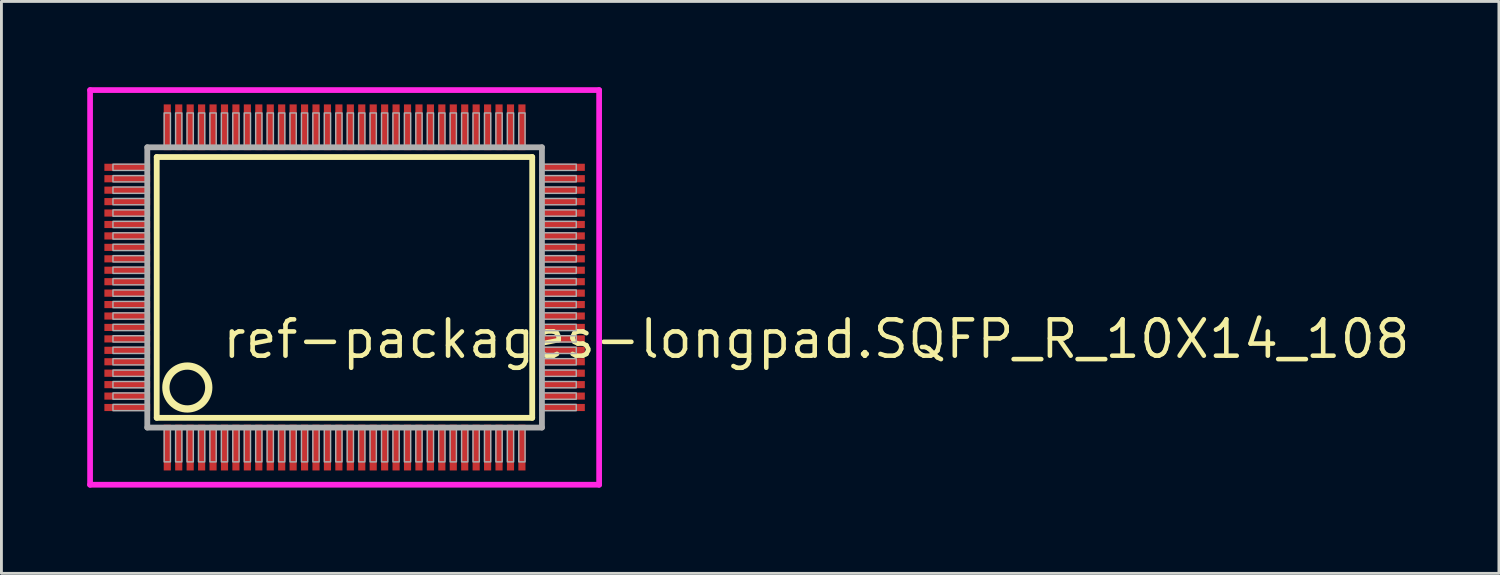
<source format=kicad_pcb>
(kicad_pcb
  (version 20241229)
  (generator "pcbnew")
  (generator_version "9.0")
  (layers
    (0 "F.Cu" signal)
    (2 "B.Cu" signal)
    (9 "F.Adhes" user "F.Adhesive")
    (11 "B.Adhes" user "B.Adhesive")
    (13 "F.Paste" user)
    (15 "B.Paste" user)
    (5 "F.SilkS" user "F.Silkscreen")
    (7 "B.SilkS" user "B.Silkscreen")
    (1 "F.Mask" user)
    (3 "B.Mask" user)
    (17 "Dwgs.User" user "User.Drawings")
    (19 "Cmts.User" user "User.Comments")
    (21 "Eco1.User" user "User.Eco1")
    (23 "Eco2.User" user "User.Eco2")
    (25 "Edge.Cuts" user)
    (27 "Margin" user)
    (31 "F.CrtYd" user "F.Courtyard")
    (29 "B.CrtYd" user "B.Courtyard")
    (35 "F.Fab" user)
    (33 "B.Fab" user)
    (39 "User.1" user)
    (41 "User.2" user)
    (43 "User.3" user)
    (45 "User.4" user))
  (footprint "ref-packages-longpad.SQFP_R_10X14_108"
    (layer "F.Cu")
    (at 9 7)
    (property "Reference" "ref-packages-longpad.SQFP_R_10X14_108" (at -4.35 2.55 0) (layer "F.SilkS") (effects (font (size 1.27 1.27) (thickness 0.16)) (justify left bottom)))
    (attr smd)
    (fp_line (start -6.57 -4.56) (end 6.56 -4.56) (stroke (width 0.203) (type default)) (layer "F.SilkS"))
    (fp_line (start -6.57 4.56) (end -6.57 -4.56) (stroke (width 0.203) (type default)) (layer "F.SilkS"))
    (fp_line (start 6.56 -4.56) (end 6.56 4.56) (stroke (width 0.203) (type default)) (layer "F.SilkS"))
    (fp_line (start 6.56 4.56) (end -6.57 4.56) (stroke (width 0.203) (type default)) (layer "F.SilkS"))
    (fp_circle (center -5.5 3.5) (end -4.75 3.5) (stroke (width 0.254) (type default)) (fill no) (layer "F.SilkS"))
    (fp_line (start -8.9 -6.9) (end 8.9 -6.9) (stroke (width 0.2) (type default)) (layer "F.CrtYd"))
    (fp_line (start -8.9 6.9) (end -8.9 -6.9) (stroke (width 0.2) (type default)) (layer "F.CrtYd"))
    (fp_line (start 8.9 -6.9) (end 8.9 6.9) (stroke (width 0.2) (type default)) (layer "F.CrtYd"))
    (fp_line (start 8.9 6.9) (end -8.9 6.9) (stroke (width 0.2) (type default)) (layer "F.CrtYd"))
    (fp_line (start -6.9 -4.9) (end -6.9 4.9) (stroke (width 0.203) (type default)) (layer "F.Fab"))
    (fp_line (start -6.9 4.9) (end 6.9 4.9) (stroke (width 0.203) (type default)) (layer "F.Fab"))
    (fp_line (start 6.9 -4.9) (end -6.9 -4.9) (stroke (width 0.203) (type default)) (layer "F.Fab"))
    (fp_line (start 6.9 4.9) (end 6.9 -4.9) (stroke (width 0.203) (type default)) (layer "F.Fab"))
    (fp_rect (start -8.1 -4.09) (end -6.95 -4.31) (stroke (width 0.05) (type default)) (fill no) (layer "F.Fab"))
    (fp_rect (start -8.1 -3.69) (end -6.95 -3.91) (stroke (width 0.05) (type default)) (fill no) (layer "F.Fab"))
    (fp_rect (start -8.1 -3.29) (end -6.95 -3.51) (stroke (width 0.05) (type default)) (fill no) (layer "F.Fab"))
    (fp_rect (start -8.1 -2.89) (end -6.95 -3.11) (stroke (width 0.05) (type default)) (fill no) (layer "F.Fab"))
    (fp_rect (start -8.1 -2.49) (end -6.95 -2.71) (stroke (width 0.05) (type default)) (fill no) (layer "F.Fab"))
    (fp_rect (start -8.1 -2.09) (end -6.95 -2.31) (stroke (width 0.05) (type default)) (fill no) (layer "F.Fab"))
    (fp_rect (start -8.1 -1.69) (end -6.95 -1.91) (stroke (width 0.05) (type default)) (fill no) (layer "F.Fab"))
    (fp_rect (start -8.1 -1.29) (end -6.95 -1.51) (stroke (width 0.05) (type default)) (fill no) (layer "F.Fab"))
    (fp_rect (start -8.1 -0.89) (end -6.95 -1.11) (stroke (width 0.05) (type default)) (fill no) (layer "F.Fab"))
    (fp_rect (start -8.1 -0.49) (end -6.95 -0.71) (stroke (width 0.05) (type default)) (fill no) (layer "F.Fab"))
    (fp_rect (start -8.1 -0.09) (end -6.95 -0.31) (stroke (width 0.05) (type default)) (fill no) (layer "F.Fab"))
    (fp_rect (start -8.1 0.31) (end -6.95 0.09) (stroke (width 0.05) (type default)) (fill no) (layer "F.Fab"))
    (fp_rect (start -8.1 0.71) (end -6.95 0.49) (stroke (width 0.05) (type default)) (fill no) (layer "F.Fab"))
    (fp_rect (start -8.1 1.11) (end -6.95 0.89) (stroke (width 0.05) (type default)) (fill no) (layer "F.Fab"))
    (fp_rect (start -8.1 1.51) (end -6.95 1.29) (stroke (width 0.05) (type default)) (fill no) (layer "F.Fab"))
    (fp_rect (start -8.1 1.91) (end -6.95 1.69) (stroke (width 0.05) (type default)) (fill no) (layer "F.Fab"))
    (fp_rect (start -8.1 2.31) (end -6.95 2.09) (stroke (width 0.05) (type default)) (fill no) (layer "F.Fab"))
    (fp_rect (start -8.1 2.71) (end -6.95 2.49) (stroke (width 0.05) (type default)) (fill no) (layer "F.Fab"))
    (fp_rect (start -8.1 3.11) (end -6.95 2.89) (stroke (width 0.05) (type default)) (fill no) (layer "F.Fab"))
    (fp_rect (start -8.1 3.51) (end -6.95 3.29) (stroke (width 0.05) (type default)) (fill no) (layer "F.Fab"))
    (fp_rect (start -8.1 3.91) (end -6.95 3.69) (stroke (width 0.05) (type default)) (fill no) (layer "F.Fab"))
    (fp_rect (start -8.1 4.31) (end -6.95 4.09) (stroke (width 0.05) (type default)) (fill no) (layer "F.Fab"))
    (fp_rect (start -6.31 -4.95) (end -6.09 -6.1) (stroke (width 0.05) (type default)) (fill no) (layer "F.Fab"))
    (fp_rect (start -6.31 6.1) (end -6.09 4.95) (stroke (width 0.05) (type default)) (fill no) (layer "F.Fab"))
    (fp_rect (start -5.91 -4.95) (end -5.69 -6.1) (stroke (width 0.05) (type default)) (fill no) (layer "F.Fab"))
    (fp_rect (start -5.91 6.1) (end -5.69 4.95) (stroke (width 0.05) (type default)) (fill no) (layer "F.Fab"))
    (fp_rect (start -5.51 -4.95) (end -5.29 -6.1) (stroke (width 0.05) (type default)) (fill no) (layer "F.Fab"))
    (fp_rect (start -5.51 6.1) (end -5.29 4.95) (stroke (width 0.05) (type default)) (fill no) (layer "F.Fab"))
    (fp_rect (start -5.11 -4.95) (end -4.89 -6.1) (stroke (width 0.05) (type default)) (fill no) (layer "F.Fab"))
    (fp_rect (start -5.11 6.1) (end -4.89 4.95) (stroke (width 0.05) (type default)) (fill no) (layer "F.Fab"))
    (fp_rect (start -4.71 -4.95) (end -4.49 -6.1) (stroke (width 0.05) (type default)) (fill no) (layer "F.Fab"))
    (fp_rect (start -4.71 6.1) (end -4.49 4.95) (stroke (width 0.05) (type default)) (fill no) (layer "F.Fab"))
    (fp_rect (start -4.31 -4.95) (end -4.09 -6.1) (stroke (width 0.05) (type default)) (fill no) (layer "F.Fab"))
    (fp_rect (start -4.31 6.1) (end -4.09 4.95) (stroke (width 0.05) (type default)) (fill no) (layer "F.Fab"))
    (fp_rect (start -3.91 -4.95) (end -3.69 -6.1) (stroke (width 0.05) (type default)) (fill no) (layer "F.Fab"))
    (fp_rect (start -3.91 6.1) (end -3.69 4.95) (stroke (width 0.05) (type default)) (fill no) (layer "F.Fab"))
    (fp_rect (start -3.51 -4.95) (end -3.29 -6.1) (stroke (width 0.05) (type default)) (fill no) (layer "F.Fab"))
    (fp_rect (start -3.51 6.1) (end -3.29 4.95) (stroke (width 0.05) (type default)) (fill no) (layer "F.Fab"))
    (fp_rect (start -3.11 -4.95) (end -2.89 -6.1) (stroke (width 0.05) (type default)) (fill no) (layer "F.Fab"))
    (fp_rect (start -3.11 6.1) (end -2.89 4.95) (stroke (width 0.05) (type default)) (fill no) (layer "F.Fab"))
    (fp_rect (start -2.71 -4.95) (end -2.49 -6.1) (stroke (width 0.05) (type default)) (fill no) (layer "F.Fab"))
    (fp_rect (start -2.71 6.1) (end -2.49 4.95) (stroke (width 0.05) (type default)) (fill no) (layer "F.Fab"))
    (fp_rect (start -2.31 -4.95) (end -2.09 -6.1) (stroke (width 0.05) (type default)) (fill no) (layer "F.Fab"))
    (fp_rect (start -2.31 6.1) (end -2.09 4.95) (stroke (width 0.05) (type default)) (fill no) (layer "F.Fab"))
    (fp_rect (start -1.91 -4.95) (end -1.69 -6.1) (stroke (width 0.05) (type default)) (fill no) (layer "F.Fab"))
    (fp_rect (start -1.91 6.1) (end -1.69 4.95) (stroke (width 0.05) (type default)) (fill no) (layer "F.Fab"))
    (fp_rect (start -1.51 -4.95) (end -1.29 -6.1) (stroke (width 0.05) (type default)) (fill no) (layer "F.Fab"))
    (fp_rect (start -1.51 6.1) (end -1.29 4.95) (stroke (width 0.05) (type default)) (fill no) (layer "F.Fab"))
    (fp_rect (start -1.11 -4.95) (end -0.89 -6.1) (stroke (width 0.05) (type default)) (fill no) (layer "F.Fab"))
    (fp_rect (start -1.11 6.1) (end -0.89 4.95) (stroke (width 0.05) (type default)) (fill no) (layer "F.Fab"))
    (fp_rect (start -0.71 -4.95) (end -0.49 -6.1) (stroke (width 0.05) (type default)) (fill no) (layer "F.Fab"))
    (fp_rect (start -0.71 6.1) (end -0.49 4.95) (stroke (width 0.05) (type default)) (fill no) (layer "F.Fab"))
    (fp_rect (start -0.31 -4.95) (end -0.09 -6.1) (stroke (width 0.05) (type default)) (fill no) (layer "F.Fab"))
    (fp_rect (start -0.31 6.1) (end -0.09 4.95) (stroke (width 0.05) (type default)) (fill no) (layer "F.Fab"))
    (fp_rect (start 0.09 -4.95) (end 0.31 -6.1) (stroke (width 0.05) (type default)) (fill no) (layer "F.Fab"))
    (fp_rect (start 0.09 6.1) (end 0.31 4.95) (stroke (width 0.05) (type default)) (fill no) (layer "F.Fab"))
    (fp_rect (start 0.49 -4.95) (end 0.71 -6.1) (stroke (width 0.05) (type default)) (fill no) (layer "F.Fab"))
    (fp_rect (start 0.49 6.1) (end 0.71 4.95) (stroke (width 0.05) (type default)) (fill no) (layer "F.Fab"))
    (fp_rect (start 0.89 -4.95) (end 1.11 -6.1) (stroke (width 0.05) (type default)) (fill no) (layer "F.Fab"))
    (fp_rect (start 0.89 6.1) (end 1.11 4.95) (stroke (width 0.05) (type default)) (fill no) (layer "F.Fab"))
    (fp_rect (start 1.29 -4.95) (end 1.51 -6.1) (stroke (width 0.05) (type default)) (fill no) (layer "F.Fab"))
    (fp_rect (start 1.29 6.1) (end 1.51 4.95) (stroke (width 0.05) (type default)) (fill no) (layer "F.Fab"))
    (fp_rect (start 1.69 -4.95) (end 1.91 -6.1) (stroke (width 0.05) (type default)) (fill no) (layer "F.Fab"))
    (fp_rect (start 1.69 6.1) (end 1.91 4.95) (stroke (width 0.05) (type default)) (fill no) (layer "F.Fab"))
    (fp_rect (start 2.09 -4.95) (end 2.31 -6.1) (stroke (width 0.05) (type default)) (fill no) (layer "F.Fab"))
    (fp_rect (start 2.09 6.1) (end 2.31 4.95) (stroke (width 0.05) (type default)) (fill no) (layer "F.Fab"))
    (fp_rect (start 2.49 -4.95) (end 2.71 -6.1) (stroke (width 0.05) (type default)) (fill no) (layer "F.Fab"))
    (fp_rect (start 2.49 6.1) (end 2.71 4.95) (stroke (width 0.05) (type default)) (fill no) (layer "F.Fab"))
    (fp_rect (start 2.89 -4.95) (end 3.11 -6.1) (stroke (width 0.05) (type default)) (fill no) (layer "F.Fab"))
    (fp_rect (start 2.89 6.1) (end 3.11 4.95) (stroke (width 0.05) (type default)) (fill no) (layer "F.Fab"))
    (fp_rect (start 3.29 -4.95) (end 3.51 -6.1) (stroke (width 0.05) (type default)) (fill no) (layer "F.Fab"))
    (fp_rect (start 3.29 6.1) (end 3.51 4.95) (stroke (width 0.05) (type default)) (fill no) (layer "F.Fab"))
    (fp_rect (start 3.69 -4.95) (end 3.91 -6.1) (stroke (width 0.05) (type default)) (fill no) (layer "F.Fab"))
    (fp_rect (start 3.69 6.1) (end 3.91 4.95) (stroke (width 0.05) (type default)) (fill no) (layer "F.Fab"))
    (fp_rect (start 4.09 -4.95) (end 4.31 -6.1) (stroke (width 0.05) (type default)) (fill no) (layer "F.Fab"))
    (fp_rect (start 4.09 6.1) (end 4.31 4.95) (stroke (width 0.05) (type default)) (fill no) (layer "F.Fab"))
    (fp_rect (start 4.49 -4.95) (end 4.71 -6.1) (stroke (width 0.05) (type default)) (fill no) (layer "F.Fab"))
    (fp_rect (start 4.49 6.1) (end 4.71 4.95) (stroke (width 0.05) (type default)) (fill no) (layer "F.Fab"))
    (fp_rect (start 4.89 -4.95) (end 5.11 -6.1) (stroke (width 0.05) (type default)) (fill no) (layer "F.Fab"))
    (fp_rect (start 4.89 6.1) (end 5.11 4.95) (stroke (width 0.05) (type default)) (fill no) (layer "F.Fab"))
    (fp_rect (start 5.29 -4.95) (end 5.51 -6.1) (stroke (width 0.05) (type default)) (fill no) (layer "F.Fab"))
    (fp_rect (start 5.29 6.1) (end 5.51 4.95) (stroke (width 0.05) (type default)) (fill no) (layer "F.Fab"))
    (fp_rect (start 5.69 -4.95) (end 5.91 -6.1) (stroke (width 0.05) (type default)) (fill no) (layer "F.Fab"))
    (fp_rect (start 5.69 6.1) (end 5.91 4.95) (stroke (width 0.05) (type default)) (fill no) (layer "F.Fab"))
    (fp_rect (start 6.09 -4.95) (end 6.31 -6.1) (stroke (width 0.05) (type default)) (fill no) (layer "F.Fab"))
    (fp_rect (start 6.09 6.1) (end 6.31 4.95) (stroke (width 0.05) (type default)) (fill no) (layer "F.Fab"))
    (fp_rect (start 6.95 -4.09) (end 8.1 -4.31) (stroke (width 0.05) (type default)) (fill no) (layer "F.Fab"))
    (fp_rect (start 6.95 -3.69) (end 8.1 -3.91) (stroke (width 0.05) (type default)) (fill no) (layer "F.Fab"))
    (fp_rect (start 6.95 -3.29) (end 8.1 -3.51) (stroke (width 0.05) (type default)) (fill no) (layer "F.Fab"))
    (fp_rect (start 6.95 -2.89) (end 8.1 -3.11) (stroke (width 0.05) (type default)) (fill no) (layer "F.Fab"))
    (fp_rect (start 6.95 -2.49) (end 8.1 -2.71) (stroke (width 0.05) (type default)) (fill no) (layer "F.Fab"))
    (fp_rect (start 6.95 -2.09) (end 8.1 -2.31) (stroke (width 0.05) (type default)) (fill no) (layer "F.Fab"))
    (fp_rect (start 6.95 -1.69) (end 8.1 -1.91) (stroke (width 0.05) (type default)) (fill no) (layer "F.Fab"))
    (fp_rect (start 6.95 -1.29) (end 8.1 -1.51) (stroke (width 0.05) (type default)) (fill no) (layer "F.Fab"))
    (fp_rect (start 6.95 -0.89) (end 8.1 -1.11) (stroke (width 0.05) (type default)) (fill no) (layer "F.Fab"))
    (fp_rect (start 6.95 -0.49) (end 8.1 -0.71) (stroke (width 0.05) (type default)) (fill no) (layer "F.Fab"))
    (fp_rect (start 6.95 -0.09) (end 8.1 -0.31) (stroke (width 0.05) (type default)) (fill no) (layer "F.Fab"))
    (fp_rect (start 6.95 0.31) (end 8.1 0.09) (stroke (width 0.05) (type default)) (fill no) (layer "F.Fab"))
    (fp_rect (start 6.95 0.71) (end 8.1 0.49) (stroke (width 0.05) (type default)) (fill no) (layer "F.Fab"))
    (fp_rect (start 6.95 1.11) (end 8.1 0.89) (stroke (width 0.05) (type default)) (fill no) (layer "F.Fab"))
    (fp_rect (start 6.95 1.51) (end 8.1 1.29) (stroke (width 0.05) (type default)) (fill no) (layer "F.Fab"))
    (fp_rect (start 6.95 1.91) (end 8.1 1.69) (stroke (width 0.05) (type default)) (fill no) (layer "F.Fab"))
    (fp_rect (start 6.95 2.31) (end 8.1 2.09) (stroke (width 0.05) (type default)) (fill no) (layer "F.Fab"))
    (fp_rect (start 6.95 2.71) (end 8.1 2.49) (stroke (width 0.05) (type default)) (fill no) (layer "F.Fab"))
    (fp_rect (start 6.95 3.11) (end 8.1 2.89) (stroke (width 0.05) (type default)) (fill no) (layer "F.Fab"))
    (fp_rect (start 6.95 3.51) (end 8.1 3.29) (stroke (width 0.05) (type default)) (fill no) (layer "F.Fab"))
    (fp_rect (start 6.95 3.91) (end 8.1 3.69) (stroke (width 0.05) (type default)) (fill no) (layer "F.Fab"))
    (fp_rect (start 6.95 4.31) (end 8.1 4.09) (stroke (width 0.05) (type default)) (fill no) (layer "F.Fab"))
    (pad "1" smd roundrect (at -6.2 5.6) (size 0.25 1.6) (layers "F.Cu" "F.Mask" "F.Paste") (roundrect_rratio 0.01))
    (pad "2" smd roundrect (at -5.8 5.6) (size 0.25 1.6) (layers "F.Cu" "F.Mask" "F.Paste") (roundrect_rratio 0.01))
    (pad "3" smd roundrect (at -5.4 5.6) (size 0.25 1.6) (layers "F.Cu" "F.Mask" "F.Paste") (roundrect_rratio 0.01))
    (pad "4" smd roundrect (at -5 5.6) (size 0.25 1.6) (layers "F.Cu" "F.Mask" "F.Paste") (roundrect_rratio 0.01))
    (pad "5" smd roundrect (at -4.6 5.6) (size 0.25 1.6) (layers "F.Cu" "F.Mask" "F.Paste") (roundrect_rratio 0.01))
    (pad "6" smd roundrect (at -4.2 5.6) (size 0.25 1.6) (layers "F.Cu" "F.Mask" "F.Paste") (roundrect_rratio 0.01))
    (pad "7" smd roundrect (at -3.8 5.6) (size 0.25 1.6) (layers "F.Cu" "F.Mask" "F.Paste") (roundrect_rratio 0.01))
    (pad "8" smd roundrect (at -3.4 5.6) (size 0.25 1.6) (layers "F.Cu" "F.Mask" "F.Paste") (roundrect_rratio 0.01))
    (pad "9" smd roundrect (at -3 5.6) (size 0.25 1.6) (layers "F.Cu" "F.Mask" "F.Paste") (roundrect_rratio 0.01))
    (pad "10" smd roundrect (at -2.6 5.6) (size 0.25 1.6) (layers "F.Cu" "F.Mask" "F.Paste") (roundrect_rratio 0.01))
    (pad "11" smd roundrect (at -2.2 5.6) (size 0.25 1.6) (layers "F.Cu" "F.Mask" "F.Paste") (roundrect_rratio 0.01))
    (pad "12" smd roundrect (at -1.8 5.6) (size 0.25 1.6) (layers "F.Cu" "F.Mask" "F.Paste") (roundrect_rratio 0.01))
    (pad "13" smd roundrect (at -1.4 5.6) (size 0.25 1.6) (layers "F.Cu" "F.Mask" "F.Paste") (roundrect_rratio 0.01))
    (pad "14" smd roundrect (at -1 5.6) (size 0.25 1.6) (layers "F.Cu" "F.Mask" "F.Paste") (roundrect_rratio 0.01))
    (pad "15" smd roundrect (at -0.6 5.6) (size 0.25 1.6) (layers "F.Cu" "F.Mask" "F.Paste") (roundrect_rratio 0.01))
    (pad "16" smd roundrect (at -0.2 5.6) (size 0.25 1.6) (layers "F.Cu" "F.Mask" "F.Paste") (roundrect_rratio 0.01))
    (pad "17" smd roundrect (at 0.2 5.6) (size 0.25 1.6) (layers "F.Cu" "F.Mask" "F.Paste") (roundrect_rratio 0.01))
    (pad "18" smd roundrect (at 0.6 5.6) (size 0.25 1.6) (layers "F.Cu" "F.Mask" "F.Paste") (roundrect_rratio 0.01))
    (pad "19" smd roundrect (at 1 5.6) (size 0.25 1.6) (layers "F.Cu" "F.Mask" "F.Paste") (roundrect_rratio 0.01))
    (pad "20" smd roundrect (at 1.4 5.6) (size 0.25 1.6) (layers "F.Cu" "F.Mask" "F.Paste") (roundrect_rratio 0.01))
    (pad "21" smd roundrect (at 1.8 5.6) (size 0.25 1.6) (layers "F.Cu" "F.Mask" "F.Paste") (roundrect_rratio 0.01))
    (pad "22" smd roundrect (at 2.2 5.6) (size 0.25 1.6) (layers "F.Cu" "F.Mask" "F.Paste") (roundrect_rratio 0.01))
    (pad "23" smd roundrect (at 2.6 5.6) (size 0.25 1.6) (layers "F.Cu" "F.Mask" "F.Paste") (roundrect_rratio 0.01))
    (pad "24" smd roundrect (at 3 5.6) (size 0.25 1.6) (layers "F.Cu" "F.Mask" "F.Paste") (roundrect_rratio 0.01))
    (pad "25" smd roundrect (at 3.4 5.6) (size 0.25 1.6) (layers "F.Cu" "F.Mask" "F.Paste") (roundrect_rratio 0.01))
    (pad "26" smd roundrect (at 3.8 5.6) (size 0.25 1.6) (layers "F.Cu" "F.Mask" "F.Paste") (roundrect_rratio 0.01))
    (pad "27" smd roundrect (at 4.2 5.6) (size 0.25 1.6) (layers "F.Cu" "F.Mask" "F.Paste") (roundrect_rratio 0.01))
    (pad "28" smd roundrect (at 4.6 5.6) (size 0.25 1.6) (layers "F.Cu" "F.Mask" "F.Paste") (roundrect_rratio 0.01))
    (pad "29" smd roundrect (at 5 5.6) (size 0.25 1.6) (layers "F.Cu" "F.Mask" "F.Paste") (roundrect_rratio 0.01))
    (pad "30" smd roundrect (at 5.4 5.6) (size 0.25 1.6) (layers "F.Cu" "F.Mask" "F.Paste") (roundrect_rratio 0.01))
    (pad "31" smd roundrect (at 5.8 5.6) (size 0.25 1.6) (layers "F.Cu" "F.Mask" "F.Paste") (roundrect_rratio 0.01))
    (pad "32" smd roundrect (at 6.2 5.6) (size 0.25 1.6) (layers "F.Cu" "F.Mask" "F.Paste") (roundrect_rratio 0.01))
    (pad "33" smd roundrect (at 7.6 4.2) (size 1.6 0.25) (layers "F.Cu" "F.Mask" "F.Paste") (roundrect_rratio 0.01))
    (pad "34" smd roundrect (at 7.6 3.8) (size 1.6 0.25) (layers "F.Cu" "F.Mask" "F.Paste") (roundrect_rratio 0.01))
    (pad "35" smd roundrect (at 7.6 3.4) (size 1.6 0.25) (layers "F.Cu" "F.Mask" "F.Paste") (roundrect_rratio 0.01))
    (pad "36" smd roundrect (at 7.6 3) (size 1.6 0.25) (layers "F.Cu" "F.Mask" "F.Paste") (roundrect_rratio 0.01))
    (pad "37" smd roundrect (at 7.6 2.6) (size 1.6 0.25) (layers "F.Cu" "F.Mask" "F.Paste") (roundrect_rratio 0.01))
    (pad "38" smd roundrect (at 7.6 2.2) (size 1.6 0.25) (layers "F.Cu" "F.Mask" "F.Paste") (roundrect_rratio 0.01))
    (pad "39" smd roundrect (at 7.6 1.8) (size 1.6 0.25) (layers "F.Cu" "F.Mask" "F.Paste") (roundrect_rratio 0.01))
    (pad "40" smd roundrect (at 7.6 1.4) (size 1.6 0.25) (layers "F.Cu" "F.Mask" "F.Paste") (roundrect_rratio 0.01))
    (pad "41" smd roundrect (at 7.6 1) (size 1.6 0.25) (layers "F.Cu" "F.Mask" "F.Paste") (roundrect_rratio 0.01))
    (pad "42" smd roundrect (at 7.6 0.6) (size 1.6 0.25) (layers "F.Cu" "F.Mask" "F.Paste") (roundrect_rratio 0.01))
    (pad "43" smd roundrect (at 7.6 0.2) (size 1.6 0.25) (layers "F.Cu" "F.Mask" "F.Paste") (roundrect_rratio 0.01))
    (pad "44" smd roundrect (at 7.6 -0.2) (size 1.6 0.25) (layers "F.Cu" "F.Mask" "F.Paste") (roundrect_rratio 0.01))
    (pad "45" smd roundrect (at 7.6 -0.6) (size 1.6 0.25) (layers "F.Cu" "F.Mask" "F.Paste") (roundrect_rratio 0.01))
    (pad "46" smd roundrect (at 7.6 -1) (size 1.6 0.25) (layers "F.Cu" "F.Mask" "F.Paste") (roundrect_rratio 0.01))
    (pad "47" smd roundrect (at 7.6 -1.4) (size 1.6 0.25) (layers "F.Cu" "F.Mask" "F.Paste") (roundrect_rratio 0.01))
    (pad "48" smd roundrect (at 7.6 -1.8) (size 1.6 0.25) (layers "F.Cu" "F.Mask" "F.Paste") (roundrect_rratio 0.01))
    (pad "49" smd roundrect (at 7.6 -2.2) (size 1.6 0.25) (layers "F.Cu" "F.Mask" "F.Paste") (roundrect_rratio 0.01))
    (pad "50" smd roundrect (at 7.6 -2.6) (size 1.6 0.25) (layers "F.Cu" "F.Mask" "F.Paste") (roundrect_rratio 0.01))
    (pad "51" smd roundrect (at 7.6 -3) (size 1.6 0.25) (layers "F.Cu" "F.Mask" "F.Paste") (roundrect_rratio 0.01))
    (pad "52" smd roundrect (at 7.6 -3.4) (size 1.6 0.25) (layers "F.Cu" "F.Mask" "F.Paste") (roundrect_rratio 0.01))
    (pad "53" smd roundrect (at 7.6 -3.8) (size 1.6 0.25) (layers "F.Cu" "F.Mask" "F.Paste") (roundrect_rratio 0.01))
    (pad "54" smd roundrect (at 7.6 -4.2) (size 1.6 0.25) (layers "F.Cu" "F.Mask" "F.Paste") (roundrect_rratio 0.01))
    (pad "55" smd roundrect (at 6.2 -5.6) (size 0.25 1.6) (layers "F.Cu" "F.Mask" "F.Paste") (roundrect_rratio 0.01))
    (pad "56" smd roundrect (at 5.8 -5.6) (size 0.25 1.6) (layers "F.Cu" "F.Mask" "F.Paste") (roundrect_rratio 0.01))
    (pad "57" smd roundrect (at 5.4 -5.6) (size 0.25 1.6) (layers "F.Cu" "F.Mask" "F.Paste") (roundrect_rratio 0.01))
    (pad "58" smd roundrect (at 5 -5.6) (size 0.25 1.6) (layers "F.Cu" "F.Mask" "F.Paste") (roundrect_rratio 0.01))
    (pad "59" smd roundrect (at 4.6 -5.6) (size 0.25 1.6) (layers "F.Cu" "F.Mask" "F.Paste") (roundrect_rratio 0.01))
    (pad "60" smd roundrect (at 4.2 -5.6) (size 0.25 1.6) (layers "F.Cu" "F.Mask" "F.Paste") (roundrect_rratio 0.01))
    (pad "61" smd roundrect (at 3.8 -5.6) (size 0.25 1.6) (layers "F.Cu" "F.Mask" "F.Paste") (roundrect_rratio 0.01))
    (pad "62" smd roundrect (at 3.4 -5.6) (size 0.25 1.6) (layers "F.Cu" "F.Mask" "F.Paste") (roundrect_rratio 0.01))
    (pad "63" smd roundrect (at 3 -5.6) (size 0.25 1.6) (layers "F.Cu" "F.Mask" "F.Paste") (roundrect_rratio 0.01))
    (pad "64" smd roundrect (at 2.6 -5.6) (size 0.25 1.6) (layers "F.Cu" "F.Mask" "F.Paste") (roundrect_rratio 0.01))
    (pad "65" smd roundrect (at 2.2 -5.6) (size 0.25 1.6) (layers "F.Cu" "F.Mask" "F.Paste") (roundrect_rratio 0.01))
    (pad "66" smd roundrect (at 1.8 -5.6) (size 0.25 1.6) (layers "F.Cu" "F.Mask" "F.Paste") (roundrect_rratio 0.01))
    (pad "67" smd roundrect (at 1.4 -5.6) (size 0.25 1.6) (layers "F.Cu" "F.Mask" "F.Paste") (roundrect_rratio 0.01))
    (pad "68" smd roundrect (at 1 -5.6) (size 0.25 1.6) (layers "F.Cu" "F.Mask" "F.Paste") (roundrect_rratio 0.01))
    (pad "69" smd roundrect (at 0.6 -5.6) (size 0.25 1.6) (layers "F.Cu" "F.Mask" "F.Paste") (roundrect_rratio 0.01))
    (pad "70" smd roundrect (at 0.2 -5.6) (size 0.25 1.6) (layers "F.Cu" "F.Mask" "F.Paste") (roundrect_rratio 0.01))
    (pad "71" smd roundrect (at -0.2 -5.6) (size 0.25 1.6) (layers "F.Cu" "F.Mask" "F.Paste") (roundrect_rratio 0.01))
    (pad "72" smd roundrect (at -0.6 -5.6) (size 0.25 1.6) (layers "F.Cu" "F.Mask" "F.Paste") (roundrect_rratio 0.01))
    (pad "73" smd roundrect (at -1 -5.6) (size 0.25 1.6) (layers "F.Cu" "F.Mask" "F.Paste") (roundrect_rratio 0.01))
    (pad "74" smd roundrect (at -1.4 -5.6) (size 0.25 1.6) (layers "F.Cu" "F.Mask" "F.Paste") (roundrect_rratio 0.01))
    (pad "75" smd roundrect (at -1.8 -5.6) (size 0.25 1.6) (layers "F.Cu" "F.Mask" "F.Paste") (roundrect_rratio 0.01))
    (pad "76" smd roundrect (at -2.2 -5.6) (size 0.25 1.6) (layers "F.Cu" "F.Mask" "F.Paste") (roundrect_rratio 0.01))
    (pad "77" smd roundrect (at -2.6 -5.6) (size 0.25 1.6) (layers "F.Cu" "F.Mask" "F.Paste") (roundrect_rratio 0.01))
    (pad "78" smd roundrect (at -3 -5.6) (size 0.25 1.6) (layers "F.Cu" "F.Mask" "F.Paste") (roundrect_rratio 0.01))
    (pad "79" smd roundrect (at -3.4 -5.6) (size 0.25 1.6) (layers "F.Cu" "F.Mask" "F.Paste") (roundrect_rratio 0.01))
    (pad "80" smd roundrect (at -3.8 -5.6) (size 0.25 1.6) (layers "F.Cu" "F.Mask" "F.Paste") (roundrect_rratio 0.01))
    (pad "81" smd roundrect (at -4.2 -5.6) (size 0.25 1.6) (layers "F.Cu" "F.Mask" "F.Paste") (roundrect_rratio 0.01))
    (pad "82" smd roundrect (at -4.6 -5.6) (size 0.25 1.6) (layers "F.Cu" "F.Mask" "F.Paste") (roundrect_rratio 0.01))
    (pad "83" smd roundrect (at -5 -5.6) (size 0.25 1.6) (layers "F.Cu" "F.Mask" "F.Paste") (roundrect_rratio 0.01))
    (pad "84" smd roundrect (at -5.4 -5.6) (size 0.25 1.6) (layers "F.Cu" "F.Mask" "F.Paste") (roundrect_rratio 0.01))
    (pad "85" smd roundrect (at -5.8 -5.6) (size 0.25 1.6) (layers "F.Cu" "F.Mask" "F.Paste") (roundrect_rratio 0.01))
    (pad "86" smd roundrect (at -6.2 -5.6) (size 0.25 1.6) (layers "F.Cu" "F.Mask" "F.Paste") (roundrect_rratio 0.01))
    (pad "87" smd roundrect (at -7.6 -4.2) (size 1.6 0.25) (layers "F.Cu" "F.Mask" "F.Paste") (roundrect_rratio 0.01))
    (pad "88" smd roundrect (at -7.6 -3.8) (size 1.6 0.25) (layers "F.Cu" "F.Mask" "F.Paste") (roundrect_rratio 0.01))
    (pad "89" smd roundrect (at -7.6 -3.4) (size 1.6 0.25) (layers "F.Cu" "F.Mask" "F.Paste") (roundrect_rratio 0.01))
    (pad "90" smd roundrect (at -7.6 -3) (size 1.6 0.25) (layers "F.Cu" "F.Mask" "F.Paste") (roundrect_rratio 0.01))
    (pad "91" smd roundrect (at -7.6 -2.6) (size 1.6 0.25) (layers "F.Cu" "F.Mask" "F.Paste") (roundrect_rratio 0.01))
    (pad "92" smd roundrect (at -7.6 -2.2) (size 1.6 0.25) (layers "F.Cu" "F.Mask" "F.Paste") (roundrect_rratio 0.01))
    (pad "93" smd roundrect (at -7.6 -1.8) (size 1.6 0.25) (layers "F.Cu" "F.Mask" "F.Paste") (roundrect_rratio 0.01))
    (pad "94" smd roundrect (at -7.6 -1.4) (size 1.6 0.25) (layers "F.Cu" "F.Mask" "F.Paste") (roundrect_rratio 0.01))
    (pad "95" smd roundrect (at -7.6 -1) (size 1.6 0.25) (layers "F.Cu" "F.Mask" "F.Paste") (roundrect_rratio 0.01))
    (pad "96" smd roundrect (at -7.6 -0.6) (size 1.6 0.25) (layers "F.Cu" "F.Mask" "F.Paste") (roundrect_rratio 0.01))
    (pad "97" smd roundrect (at -7.6 -0.2) (size 1.6 0.25) (layers "F.Cu" "F.Mask" "F.Paste") (roundrect_rratio 0.01))
    (pad "98" smd roundrect (at -7.6 0.2) (size 1.6 0.25) (layers "F.Cu" "F.Mask" "F.Paste") (roundrect_rratio 0.01))
    (pad "99" smd roundrect (at -7.6 0.6) (size 1.6 0.25) (layers "F.Cu" "F.Mask" "F.Paste") (roundrect_rratio 0.01))
    (pad "100" smd roundrect (at -7.6 1) (size 1.6 0.25) (layers "F.Cu" "F.Mask" "F.Paste") (roundrect_rratio 0.01))
    (pad "101" smd roundrect (at -7.6 1.4) (size 1.6 0.25) (layers "F.Cu" "F.Mask" "F.Paste") (roundrect_rratio 0.01))
    (pad "102" smd roundrect (at -7.6 1.8) (size 1.6 0.25) (layers "F.Cu" "F.Mask" "F.Paste") (roundrect_rratio 0.01))
    (pad "103" smd roundrect (at -7.6 2.2) (size 1.6 0.25) (layers "F.Cu" "F.Mask" "F.Paste") (roundrect_rratio 0.01))
    (pad "104" smd roundrect (at -7.6 2.6) (size 1.6 0.25) (layers "F.Cu" "F.Mask" "F.Paste") (roundrect_rratio 0.01))
    (pad "105" smd roundrect (at -7.6 3) (size 1.6 0.25) (layers "F.Cu" "F.Mask" "F.Paste") (roundrect_rratio 0.01))
    (pad "106" smd roundrect (at -7.6 3.4) (size 1.6 0.25) (layers "F.Cu" "F.Mask" "F.Paste") (roundrect_rratio 0.01))
    (pad "107" smd roundrect (at -7.6 3.8) (size 1.6 0.25) (layers "F.Cu" "F.Mask" "F.Paste") (roundrect_rratio 0.01))
    (pad "108" smd roundrect (at -7.6 4.2) (size 1.6 0.25) (layers "F.Cu" "F.Mask" "F.Paste") (roundrect_rratio 0.01)))
  (gr_rect
    (start -3 -3)
    (end 49.363 17)
    (stroke (width 0.1) (type default))
    (fill no)
    (layer "Edge.Cuts")))
</source>
